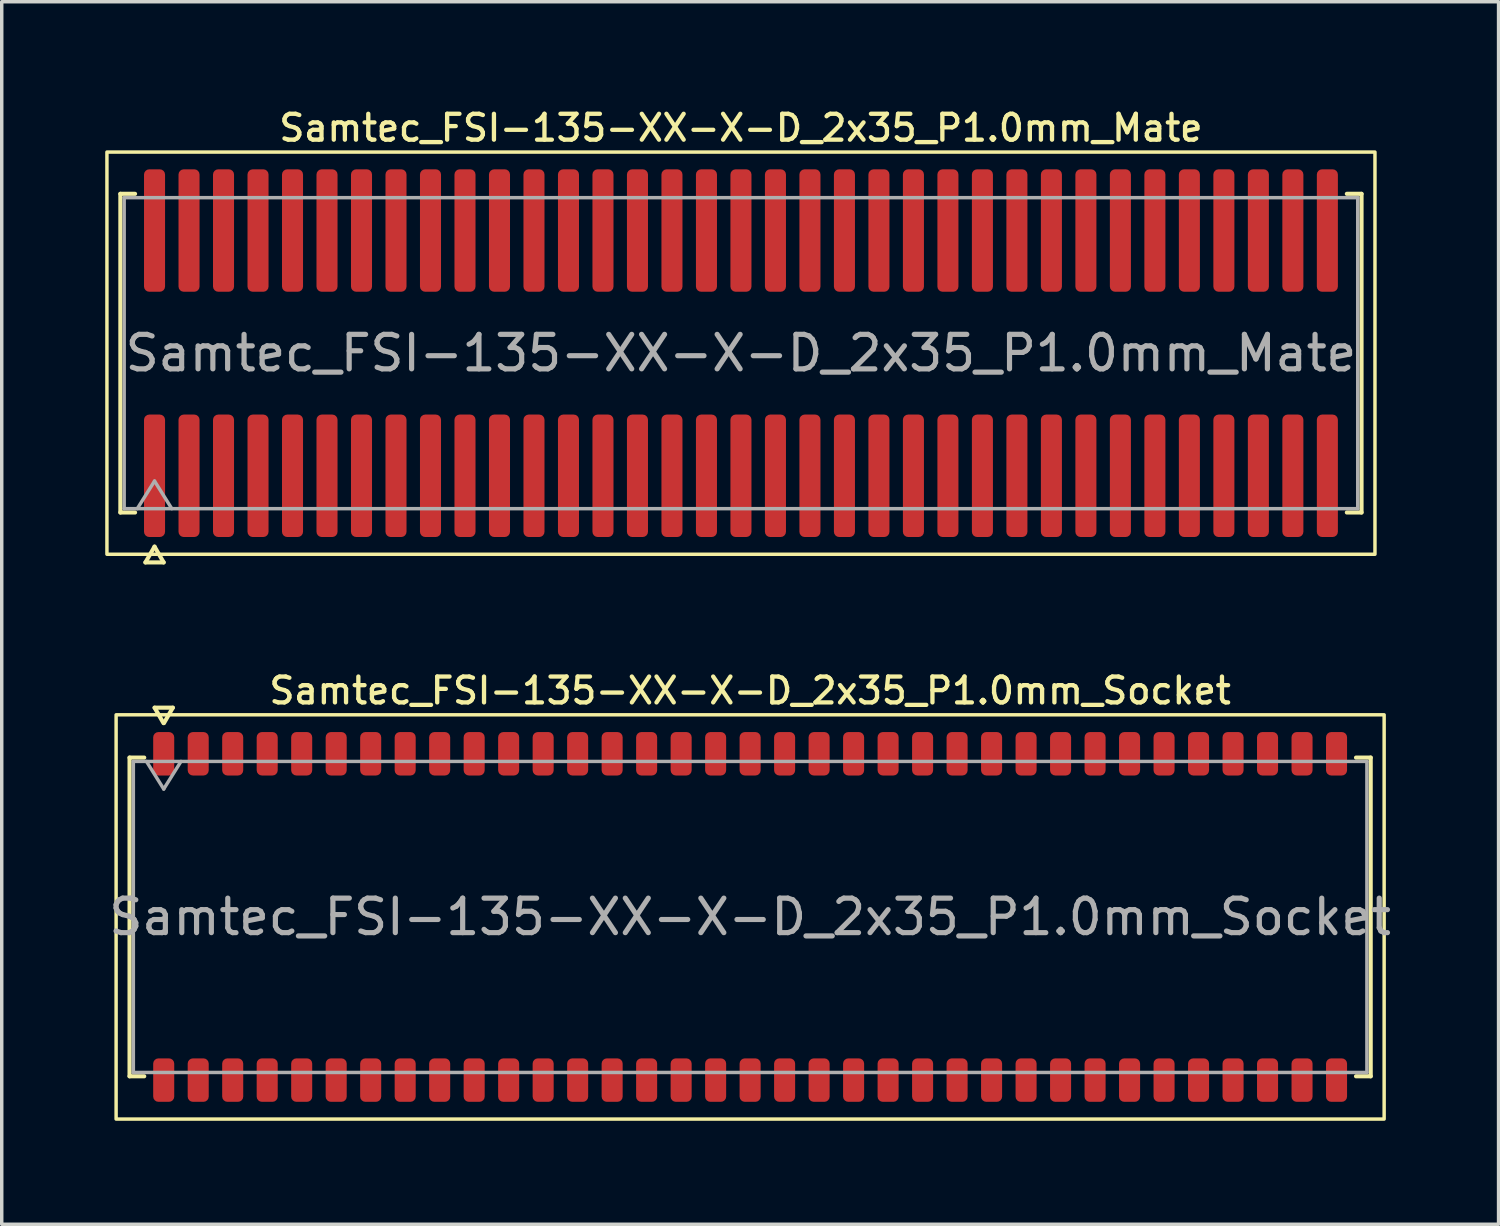
<source format=kicad_pcb>
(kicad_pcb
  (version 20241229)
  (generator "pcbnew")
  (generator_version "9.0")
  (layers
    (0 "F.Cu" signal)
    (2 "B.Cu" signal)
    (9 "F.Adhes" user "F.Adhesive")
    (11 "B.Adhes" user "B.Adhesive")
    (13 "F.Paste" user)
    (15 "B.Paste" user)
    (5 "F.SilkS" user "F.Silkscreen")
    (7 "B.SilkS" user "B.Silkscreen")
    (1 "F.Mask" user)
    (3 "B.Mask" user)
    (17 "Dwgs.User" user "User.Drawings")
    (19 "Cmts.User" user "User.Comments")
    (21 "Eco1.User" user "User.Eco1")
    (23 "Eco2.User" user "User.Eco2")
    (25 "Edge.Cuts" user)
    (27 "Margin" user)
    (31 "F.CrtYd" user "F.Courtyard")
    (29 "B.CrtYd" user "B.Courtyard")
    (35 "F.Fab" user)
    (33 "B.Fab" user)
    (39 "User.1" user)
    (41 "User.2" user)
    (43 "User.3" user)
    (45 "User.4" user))
  (footprint "Samtec_FSI-135-XX-X-D_2x35_P1.0mm_Mate"
    (layer "F.Cu")
    (at 18.43 7.188)
    (property "Reference" "Samtec_FSI-135-XX-X-D_2x35_P1.0mm_Mate" (at 0 -6.53 0) (layer "F.SilkS") (effects (font (size 0.75 0.75) (thickness 0.125))))
    (attr exclude_from_pos_files exclude_from_bom)
    (fp_line (start -17.99 -4.619) (end -17.565 -4.619) (stroke (width 0.12) (type solid)) (layer "F.SilkS"))
    (fp_line (start -17.99 4.619) (end -17.99 -4.619) (stroke (width 0.12) (type solid)) (layer "F.SilkS"))
    (fp_line (start -17.565 4.619) (end -17.99 4.619) (stroke (width 0.12) (type solid)) (layer "F.SilkS"))
    (fp_line (start -17.264 6.066) (end -17 5.609) (stroke (width 0.12) (type solid)) (layer "F.SilkS"))
    (fp_line (start -17 5.609) (end -16.736 6.066) (stroke (width 0.12) (type solid)) (layer "F.SilkS"))
    (fp_line (start -16.736 6.066) (end -17.264 6.066) (stroke (width 0.12) (type solid)) (layer "F.SilkS"))
    (fp_line (start 17.565 -4.619) (end 17.99 -4.619) (stroke (width 0.12) (type solid)) (layer "F.SilkS"))
    (fp_line (start 17.99 -4.619) (end 17.99 4.619) (stroke (width 0.12) (type solid)) (layer "F.SilkS"))
    (fp_line (start 17.99 4.619) (end 17.565 4.619) (stroke (width 0.12) (type solid)) (layer "F.SilkS"))
    (fp_rect (start -18.38 -5.83) (end 18.38 5.83) (stroke (width 0.1) (type solid)) (fill no) (layer "F.SilkS"))
    (fp_line (start -17.88 -4.508) (end 17.88 -4.508) (stroke (width 0.1) (type solid)) (layer "F.Fab"))
    (fp_line (start -17.88 4.508) (end -17.88 -4.508) (stroke (width 0.1) (type solid)) (layer "F.Fab"))
    (fp_line (start -17.5 4.508) (end -17 3.708) (stroke (width 0.1) (type solid)) (layer "F.Fab"))
    (fp_line (start -17 3.708) (end -16.5 4.508) (stroke (width 0.1) (type solid)) (layer "F.Fab"))
    (fp_line (start 17.88 -4.508) (end 17.88 4.508) (stroke (width 0.1) (type solid)) (layer "F.Fab"))
    (fp_line (start 17.88 4.508) (end -17.88 4.508) (stroke (width 0.1) (type solid)) (layer "F.Fab"))
    (fp_text user "${REFERENCE}" (at 0 0 0) (layer "F.Fab") (effects (font (size 1 1) (thickness 0.15))))
    (pad "1" smd roundrect (at -17 3.555) (size 0.61 3.55) (layers "F.Cu" "F.Mask") (roundrect_rratio 0.25))
    (pad "2" smd roundrect (at -17 -3.555) (size 0.61 3.55) (layers "F.Cu" "F.Mask") (roundrect_rratio 0.25))
    (pad "3" smd roundrect (at -16 3.555) (size 0.61 3.55) (layers "F.Cu" "F.Mask") (roundrect_rratio 0.25))
    (pad "4" smd roundrect (at -16 -3.555) (size 0.61 3.55) (layers "F.Cu" "F.Mask") (roundrect_rratio 0.25))
    (pad "5" smd roundrect (at -15 3.555) (size 0.61 3.55) (layers "F.Cu" "F.Mask") (roundrect_rratio 0.25))
    (pad "6" smd roundrect (at -15 -3.555) (size 0.61 3.55) (layers "F.Cu" "F.Mask") (roundrect_rratio 0.25))
    (pad "7" smd roundrect (at -14 3.555) (size 0.61 3.55) (layers "F.Cu" "F.Mask") (roundrect_rratio 0.25))
    (pad "8" smd roundrect (at -14 -3.555) (size 0.61 3.55) (layers "F.Cu" "F.Mask") (roundrect_rratio 0.25))
    (pad "9" smd roundrect (at -13 3.555) (size 0.61 3.55) (layers "F.Cu" "F.Mask") (roundrect_rratio 0.25))
    (pad "10" smd roundrect (at -13 -3.555) (size 0.61 3.55) (layers "F.Cu" "F.Mask") (roundrect_rratio 0.25))
    (pad "11" smd roundrect (at -12 3.555) (size 0.61 3.55) (layers "F.Cu" "F.Mask") (roundrect_rratio 0.25))
    (pad "12" smd roundrect (at -12 -3.555) (size 0.61 3.55) (layers "F.Cu" "F.Mask") (roundrect_rratio 0.25))
    (pad "13" smd roundrect (at -11 3.555) (size 0.61 3.55) (layers "F.Cu" "F.Mask") (roundrect_rratio 0.25))
    (pad "14" smd roundrect (at -11 -3.555) (size 0.61 3.55) (layers "F.Cu" "F.Mask") (roundrect_rratio 0.25))
    (pad "15" smd roundrect (at -10 3.555) (size 0.61 3.55) (layers "F.Cu" "F.Mask") (roundrect_rratio 0.25))
    (pad "16" smd roundrect (at -10 -3.555) (size 0.61 3.55) (layers "F.Cu" "F.Mask") (roundrect_rratio 0.25))
    (pad "17" smd roundrect (at -9 3.555) (size 0.61 3.55) (layers "F.Cu" "F.Mask") (roundrect_rratio 0.25))
    (pad "18" smd roundrect (at -9 -3.555) (size 0.61 3.55) (layers "F.Cu" "F.Mask") (roundrect_rratio 0.25))
    (pad "19" smd roundrect (at -8 3.555) (size 0.61 3.55) (layers "F.Cu" "F.Mask") (roundrect_rratio 0.25))
    (pad "20" smd roundrect (at -8 -3.555) (size 0.61 3.55) (layers "F.Cu" "F.Mask") (roundrect_rratio 0.25))
    (pad "21" smd roundrect (at -7 3.555) (size 0.61 3.55) (layers "F.Cu" "F.Mask") (roundrect_rratio 0.25))
    (pad "22" smd roundrect (at -7 -3.555) (size 0.61 3.55) (layers "F.Cu" "F.Mask") (roundrect_rratio 0.25))
    (pad "23" smd roundrect (at -6 3.555) (size 0.61 3.55) (layers "F.Cu" "F.Mask") (roundrect_rratio 0.25))
    (pad "24" smd roundrect (at -6 -3.555) (size 0.61 3.55) (layers "F.Cu" "F.Mask") (roundrect_rratio 0.25))
    (pad "25" smd roundrect (at -5 3.555) (size 0.61 3.55) (layers "F.Cu" "F.Mask") (roundrect_rratio 0.25))
    (pad "26" smd roundrect (at -5 -3.555) (size 0.61 3.55) (layers "F.Cu" "F.Mask") (roundrect_rratio 0.25))
    (pad "27" smd roundrect (at -4 3.555) (size 0.61 3.55) (layers "F.Cu" "F.Mask") (roundrect_rratio 0.25))
    (pad "28" smd roundrect (at -4 -3.555) (size 0.61 3.55) (layers "F.Cu" "F.Mask") (roundrect_rratio 0.25))
    (pad "29" smd roundrect (at -3 3.555) (size 0.61 3.55) (layers "F.Cu" "F.Mask") (roundrect_rratio 0.25))
    (pad "30" smd roundrect (at -3 -3.555) (size 0.61 3.55) (layers "F.Cu" "F.Mask") (roundrect_rratio 0.25))
    (pad "31" smd roundrect (at -2 3.555) (size 0.61 3.55) (layers "F.Cu" "F.Mask") (roundrect_rratio 0.25))
    (pad "32" smd roundrect (at -2 -3.555) (size 0.61 3.55) (layers "F.Cu" "F.Mask") (roundrect_rratio 0.25))
    (pad "33" smd roundrect (at -1 3.555) (size 0.61 3.55) (layers "F.Cu" "F.Mask") (roundrect_rratio 0.25))
    (pad "34" smd roundrect (at -1 -3.555) (size 0.61 3.55) (layers "F.Cu" "F.Mask") (roundrect_rratio 0.25))
    (pad "35" smd roundrect (at 0 3.555) (size 0.61 3.55) (layers "F.Cu" "F.Mask") (roundrect_rratio 0.25))
    (pad "36" smd roundrect (at 0 -3.555) (size 0.61 3.55) (layers "F.Cu" "F.Mask") (roundrect_rratio 0.25))
    (pad "37" smd roundrect (at 1 3.555) (size 0.61 3.55) (layers "F.Cu" "F.Mask") (roundrect_rratio 0.25))
    (pad "38" smd roundrect (at 1 -3.555) (size 0.61 3.55) (layers "F.Cu" "F.Mask") (roundrect_rratio 0.25))
    (pad "39" smd roundrect (at 2 3.555) (size 0.61 3.55) (layers "F.Cu" "F.Mask") (roundrect_rratio 0.25))
    (pad "40" smd roundrect (at 2 -3.555) (size 0.61 3.55) (layers "F.Cu" "F.Mask") (roundrect_rratio 0.25))
    (pad "41" smd roundrect (at 3 3.555) (size 0.61 3.55) (layers "F.Cu" "F.Mask") (roundrect_rratio 0.25))
    (pad "42" smd roundrect (at 3 -3.555) (size 0.61 3.55) (layers "F.Cu" "F.Mask") (roundrect_rratio 0.25))
    (pad "43" smd roundrect (at 4 3.555) (size 0.61 3.55) (layers "F.Cu" "F.Mask") (roundrect_rratio 0.25))
    (pad "44" smd roundrect (at 4 -3.555) (size 0.61 3.55) (layers "F.Cu" "F.Mask") (roundrect_rratio 0.25))
    (pad "45" smd roundrect (at 5 3.555) (size 0.61 3.55) (layers "F.Cu" "F.Mask") (roundrect_rratio 0.25))
    (pad "46" smd roundrect (at 5 -3.555) (size 0.61 3.55) (layers "F.Cu" "F.Mask") (roundrect_rratio 0.25))
    (pad "47" smd roundrect (at 6 3.555) (size 0.61 3.55) (layers "F.Cu" "F.Mask") (roundrect_rratio 0.25))
    (pad "48" smd roundrect (at 6 -3.555) (size 0.61 3.55) (layers "F.Cu" "F.Mask") (roundrect_rratio 0.25))
    (pad "49" smd roundrect (at 7 3.555) (size 0.61 3.55) (layers "F.Cu" "F.Mask") (roundrect_rratio 0.25))
    (pad "50" smd roundrect (at 7 -3.555) (size 0.61 3.55) (layers "F.Cu" "F.Mask") (roundrect_rratio 0.25))
    (pad "51" smd roundrect (at 8 3.555) (size 0.61 3.55) (layers "F.Cu" "F.Mask") (roundrect_rratio 0.25))
    (pad "52" smd roundrect (at 8 -3.555) (size 0.61 3.55) (layers "F.Cu" "F.Mask") (roundrect_rratio 0.25))
    (pad "53" smd roundrect (at 9 3.555) (size 0.61 3.55) (layers "F.Cu" "F.Mask") (roundrect_rratio 0.25))
    (pad "54" smd roundrect (at 9 -3.555) (size 0.61 3.55) (layers "F.Cu" "F.Mask") (roundrect_rratio 0.25))
    (pad "55" smd roundrect (at 10 3.555) (size 0.61 3.55) (layers "F.Cu" "F.Mask") (roundrect_rratio 0.25))
    (pad "56" smd roundrect (at 10 -3.555) (size 0.61 3.55) (layers "F.Cu" "F.Mask") (roundrect_rratio 0.25))
    (pad "57" smd roundrect (at 11 3.555) (size 0.61 3.55) (layers "F.Cu" "F.Mask") (roundrect_rratio 0.25))
    (pad "58" smd roundrect (at 11 -3.555) (size 0.61 3.55) (layers "F.Cu" "F.Mask") (roundrect_rratio 0.25))
    (pad "59" smd roundrect (at 12 3.555) (size 0.61 3.55) (layers "F.Cu" "F.Mask") (roundrect_rratio 0.25))
    (pad "60" smd roundrect (at 12 -3.555) (size 0.61 3.55) (layers "F.Cu" "F.Mask") (roundrect_rratio 0.25))
    (pad "61" smd roundrect (at 13 3.555) (size 0.61 3.55) (layers "F.Cu" "F.Mask") (roundrect_rratio 0.25))
    (pad "62" smd roundrect (at 13 -3.555) (size 0.61 3.55) (layers "F.Cu" "F.Mask") (roundrect_rratio 0.25))
    (pad "63" smd roundrect (at 14 3.555) (size 0.61 3.55) (layers "F.Cu" "F.Mask") (roundrect_rratio 0.25))
    (pad "64" smd roundrect (at 14 -3.555) (size 0.61 3.55) (layers "F.Cu" "F.Mask") (roundrect_rratio 0.25))
    (pad "65" smd roundrect (at 15 3.555) (size 0.61 3.55) (layers "F.Cu" "F.Mask") (roundrect_rratio 0.25))
    (pad "66" smd roundrect (at 15 -3.555) (size 0.61 3.55) (layers "F.Cu" "F.Mask") (roundrect_rratio 0.25))
    (pad "67" smd roundrect (at 16 3.555) (size 0.61 3.55) (layers "F.Cu" "F.Mask") (roundrect_rratio 0.25))
    (pad "68" smd roundrect (at 16 -3.555) (size 0.61 3.55) (layers "F.Cu" "F.Mask") (roundrect_rratio 0.25))
    (pad "69" smd roundrect (at 17 3.555) (size 0.61 3.55) (layers "F.Cu" "F.Mask") (roundrect_rratio 0.25))
    (pad "70" smd roundrect (at 17 -3.555) (size 0.61 3.55) (layers "F.Cu" "F.Mask") (roundrect_rratio 0.25)))
  (footprint "Samtec_FSI-135-XX-X-D_2x35_P1.0mm_Socket"
    (layer "F.Cu")
    (at 18.696 23.532)
    (property "Reference" "Samtec_FSI-135-XX-X-D_2x35_P1.0mm_Socket" (at 0 -6.56 0) (layer "F.SilkS") (effects (font (size 0.75 0.75) (thickness 0.125))))
    (attr smd)
    (fp_line (start -17.99 -4.619) (end -17.565 -4.619) (stroke (width 0.12) (type solid)) (layer "F.SilkS"))
    (fp_line (start -17.99 4.619) (end -17.99 -4.619) (stroke (width 0.12) (type solid)) (layer "F.SilkS"))
    (fp_line (start -17.565 4.619) (end -17.99 4.619) (stroke (width 0.12) (type solid)) (layer "F.SilkS"))
    (fp_line (start -17.264 -6.066) (end -17.007 -5.62) (stroke (width 0.12) (type solid)) (layer "F.SilkS"))
    (fp_line (start -16.993 -5.62) (end -16.736 -6.066) (stroke (width 0.12) (type solid)) (layer "F.SilkS"))
    (fp_line (start -16.736 -6.066) (end -17.264 -6.066) (stroke (width 0.12) (type solid)) (layer "F.SilkS"))
    (fp_line (start 17.565 -4.619) (end 17.99 -4.619) (stroke (width 0.12) (type solid)) (layer "F.SilkS"))
    (fp_line (start 17.99 -4.619) (end 17.99 4.619) (stroke (width 0.12) (type solid)) (layer "F.SilkS"))
    (fp_line (start 17.99 4.619) (end 17.565 4.619) (stroke (width 0.12) (type solid)) (layer "F.SilkS"))
    (fp_rect (start -18.38 -5.86) (end 18.38 5.86) (stroke (width 0.1) (type solid)) (fill no) (layer "F.SilkS"))
    (fp_line (start -17.88 -4.508) (end 17.88 -4.508) (stroke (width 0.1) (type solid)) (layer "F.Fab"))
    (fp_line (start -17.88 4.508) (end -17.88 -4.508) (stroke (width 0.1) (type solid)) (layer "F.Fab"))
    (fp_line (start -17.5 -4.508) (end -17 -3.708) (stroke (width 0.1) (type solid)) (layer "F.Fab"))
    (fp_line (start -17 -3.708) (end -16.5 -4.508) (stroke (width 0.1) (type solid)) (layer "F.Fab"))
    (fp_line (start 17.88 -4.508) (end 17.88 4.508) (stroke (width 0.1) (type solid)) (layer "F.Fab"))
    (fp_line (start 17.88 4.508) (end -17.88 4.508) (stroke (width 0.1) (type solid)) (layer "F.Fab"))
    (fp_text user "${REFERENCE}" (at 0 0 0) (layer "F.Fab") (effects (font (size 1 1) (thickness 0.15))))
    (pad "1" smd roundrect (at -17 -4.73) (size 0.61 1.26) (layers "F.Cu" "F.Mask" "F.Paste") (roundrect_rratio 0.25))
    (pad "2" smd roundrect (at -17 4.73) (size 0.61 1.26) (layers "F.Cu" "F.Mask" "F.Paste") (roundrect_rratio 0.25))
    (pad "3" smd roundrect (at -16 -4.73) (size 0.61 1.26) (layers "F.Cu" "F.Mask" "F.Paste") (roundrect_rratio 0.25))
    (pad "4" smd roundrect (at -16 4.73) (size 0.61 1.26) (layers "F.Cu" "F.Mask" "F.Paste") (roundrect_rratio 0.25))
    (pad "5" smd roundrect (at -15 -4.73) (size 0.61 1.26) (layers "F.Cu" "F.Mask" "F.Paste") (roundrect_rratio 0.25))
    (pad "6" smd roundrect (at -15 4.73) (size 0.61 1.26) (layers "F.Cu" "F.Mask" "F.Paste") (roundrect_rratio 0.25))
    (pad "7" smd roundrect (at -14 -4.73) (size 0.61 1.26) (layers "F.Cu" "F.Mask" "F.Paste") (roundrect_rratio 0.25))
    (pad "8" smd roundrect (at -14 4.73) (size 0.61 1.26) (layers "F.Cu" "F.Mask" "F.Paste") (roundrect_rratio 0.25))
    (pad "9" smd roundrect (at -13 -4.73) (size 0.61 1.26) (layers "F.Cu" "F.Mask" "F.Paste") (roundrect_rratio 0.25))
    (pad "10" smd roundrect (at -13 4.73) (size 0.61 1.26) (layers "F.Cu" "F.Mask" "F.Paste") (roundrect_rratio 0.25))
    (pad "11" smd roundrect (at -12 -4.73) (size 0.61 1.26) (layers "F.Cu" "F.Mask" "F.Paste") (roundrect_rratio 0.25))
    (pad "12" smd roundrect (at -12 4.73) (size 0.61 1.26) (layers "F.Cu" "F.Mask" "F.Paste") (roundrect_rratio 0.25))
    (pad "13" smd roundrect (at -11 -4.73) (size 0.61 1.26) (layers "F.Cu" "F.Mask" "F.Paste") (roundrect_rratio 0.25))
    (pad "14" smd roundrect (at -11 4.73) (size 0.61 1.26) (layers "F.Cu" "F.Mask" "F.Paste") (roundrect_rratio 0.25))
    (pad "15" smd roundrect (at -10 -4.73) (size 0.61 1.26) (layers "F.Cu" "F.Mask" "F.Paste") (roundrect_rratio 0.25))
    (pad "16" smd roundrect (at -10 4.73) (size 0.61 1.26) (layers "F.Cu" "F.Mask" "F.Paste") (roundrect_rratio 0.25))
    (pad "17" smd roundrect (at -9 -4.73) (size 0.61 1.26) (layers "F.Cu" "F.Mask" "F.Paste") (roundrect_rratio 0.25))
    (pad "18" smd roundrect (at -9 4.73) (size 0.61 1.26) (layers "F.Cu" "F.Mask" "F.Paste") (roundrect_rratio 0.25))
    (pad "19" smd roundrect (at -8 -4.73) (size 0.61 1.26) (layers "F.Cu" "F.Mask" "F.Paste") (roundrect_rratio 0.25))
    (pad "20" smd roundrect (at -8 4.73) (size 0.61 1.26) (layers "F.Cu" "F.Mask" "F.Paste") (roundrect_rratio 0.25))
    (pad "21" smd roundrect (at -7 -4.73) (size 0.61 1.26) (layers "F.Cu" "F.Mask" "F.Paste") (roundrect_rratio 0.25))
    (pad "22" smd roundrect (at -7 4.73) (size 0.61 1.26) (layers "F.Cu" "F.Mask" "F.Paste") (roundrect_rratio 0.25))
    (pad "23" smd roundrect (at -6 -4.73) (size 0.61 1.26) (layers "F.Cu" "F.Mask" "F.Paste") (roundrect_rratio 0.25))
    (pad "24" smd roundrect (at -6 4.73) (size 0.61 1.26) (layers "F.Cu" "F.Mask" "F.Paste") (roundrect_rratio 0.25))
    (pad "25" smd roundrect (at -5 -4.73) (size 0.61 1.26) (layers "F.Cu" "F.Mask" "F.Paste") (roundrect_rratio 0.25))
    (pad "26" smd roundrect (at -5 4.73) (size 0.61 1.26) (layers "F.Cu" "F.Mask" "F.Paste") (roundrect_rratio 0.25))
    (pad "27" smd roundrect (at -4 -4.73) (size 0.61 1.26) (layers "F.Cu" "F.Mask" "F.Paste") (roundrect_rratio 0.25))
    (pad "28" smd roundrect (at -4 4.73) (size 0.61 1.26) (layers "F.Cu" "F.Mask" "F.Paste") (roundrect_rratio 0.25))
    (pad "29" smd roundrect (at -3 -4.73) (size 0.61 1.26) (layers "F.Cu" "F.Mask" "F.Paste") (roundrect_rratio 0.25))
    (pad "30" smd roundrect (at -3 4.73) (size 0.61 1.26) (layers "F.Cu" "F.Mask" "F.Paste") (roundrect_rratio 0.25))
    (pad "31" smd roundrect (at -2 -4.73) (size 0.61 1.26) (layers "F.Cu" "F.Mask" "F.Paste") (roundrect_rratio 0.25))
    (pad "32" smd roundrect (at -2 4.73) (size 0.61 1.26) (layers "F.Cu" "F.Mask" "F.Paste") (roundrect_rratio 0.25))
    (pad "33" smd roundrect (at -1 -4.73) (size 0.61 1.26) (layers "F.Cu" "F.Mask" "F.Paste") (roundrect_rratio 0.25))
    (pad "34" smd roundrect (at -1 4.73) (size 0.61 1.26) (layers "F.Cu" "F.Mask" "F.Paste") (roundrect_rratio 0.25))
    (pad "35" smd roundrect (at 0 -4.73) (size 0.61 1.26) (layers "F.Cu" "F.Mask" "F.Paste") (roundrect_rratio 0.25))
    (pad "36" smd roundrect (at 0 4.73) (size 0.61 1.26) (layers "F.Cu" "F.Mask" "F.Paste") (roundrect_rratio 0.25))
    (pad "37" smd roundrect (at 1 -4.73) (size 0.61 1.26) (layers "F.Cu" "F.Mask" "F.Paste") (roundrect_rratio 0.25))
    (pad "38" smd roundrect (at 1 4.73) (size 0.61 1.26) (layers "F.Cu" "F.Mask" "F.Paste") (roundrect_rratio 0.25))
    (pad "39" smd roundrect (at 2 -4.73) (size 0.61 1.26) (layers "F.Cu" "F.Mask" "F.Paste") (roundrect_rratio 0.25))
    (pad "40" smd roundrect (at 2 4.73) (size 0.61 1.26) (layers "F.Cu" "F.Mask" "F.Paste") (roundrect_rratio 0.25))
    (pad "41" smd roundrect (at 3 -4.73) (size 0.61 1.26) (layers "F.Cu" "F.Mask" "F.Paste") (roundrect_rratio 0.25))
    (pad "42" smd roundrect (at 3 4.73) (size 0.61 1.26) (layers "F.Cu" "F.Mask" "F.Paste") (roundrect_rratio 0.25))
    (pad "43" smd roundrect (at 4 -4.73) (size 0.61 1.26) (layers "F.Cu" "F.Mask" "F.Paste") (roundrect_rratio 0.25))
    (pad "44" smd roundrect (at 4 4.73) (size 0.61 1.26) (layers "F.Cu" "F.Mask" "F.Paste") (roundrect_rratio 0.25))
    (pad "45" smd roundrect (at 5 -4.73) (size 0.61 1.26) (layers "F.Cu" "F.Mask" "F.Paste") (roundrect_rratio 0.25))
    (pad "46" smd roundrect (at 5 4.73) (size 0.61 1.26) (layers "F.Cu" "F.Mask" "F.Paste") (roundrect_rratio 0.25))
    (pad "47" smd roundrect (at 6 -4.73) (size 0.61 1.26) (layers "F.Cu" "F.Mask" "F.Paste") (roundrect_rratio 0.25))
    (pad "48" smd roundrect (at 6 4.73) (size 0.61 1.26) (layers "F.Cu" "F.Mask" "F.Paste") (roundrect_rratio 0.25))
    (pad "49" smd roundrect (at 7 -4.73) (size 0.61 1.26) (layers "F.Cu" "F.Mask" "F.Paste") (roundrect_rratio 0.25))
    (pad "50" smd roundrect (at 7 4.73) (size 0.61 1.26) (layers "F.Cu" "F.Mask" "F.Paste") (roundrect_rratio 0.25))
    (pad "51" smd roundrect (at 8 -4.73) (size 0.61 1.26) (layers "F.Cu" "F.Mask" "F.Paste") (roundrect_rratio 0.25))
    (pad "52" smd roundrect (at 8 4.73) (size 0.61 1.26) (layers "F.Cu" "F.Mask" "F.Paste") (roundrect_rratio 0.25))
    (pad "53" smd roundrect (at 9 -4.73) (size 0.61 1.26) (layers "F.Cu" "F.Mask" "F.Paste") (roundrect_rratio 0.25))
    (pad "54" smd roundrect (at 9 4.73) (size 0.61 1.26) (layers "F.Cu" "F.Mask" "F.Paste") (roundrect_rratio 0.25))
    (pad "55" smd roundrect (at 10 -4.73) (size 0.61 1.26) (layers "F.Cu" "F.Mask" "F.Paste") (roundrect_rratio 0.25))
    (pad "56" smd roundrect (at 10 4.73) (size 0.61 1.26) (layers "F.Cu" "F.Mask" "F.Paste") (roundrect_rratio 0.25))
    (pad "57" smd roundrect (at 11 -4.73) (size 0.61 1.26) (layers "F.Cu" "F.Mask" "F.Paste") (roundrect_rratio 0.25))
    (pad "58" smd roundrect (at 11 4.73) (size 0.61 1.26) (layers "F.Cu" "F.Mask" "F.Paste") (roundrect_rratio 0.25))
    (pad "59" smd roundrect (at 12 -4.73) (size 0.61 1.26) (layers "F.Cu" "F.Mask" "F.Paste") (roundrect_rratio 0.25))
    (pad "60" smd roundrect (at 12 4.73) (size 0.61 1.26) (layers "F.Cu" "F.Mask" "F.Paste") (roundrect_rratio 0.25))
    (pad "61" smd roundrect (at 13 -4.73) (size 0.61 1.26) (layers "F.Cu" "F.Mask" "F.Paste") (roundrect_rratio 0.25))
    (pad "62" smd roundrect (at 13 4.73) (size 0.61 1.26) (layers "F.Cu" "F.Mask" "F.Paste") (roundrect_rratio 0.25))
    (pad "63" smd roundrect (at 14 -4.73) (size 0.61 1.26) (layers "F.Cu" "F.Mask" "F.Paste") (roundrect_rratio 0.25))
    (pad "64" smd roundrect (at 14 4.73) (size 0.61 1.26) (layers "F.Cu" "F.Mask" "F.Paste") (roundrect_rratio 0.25))
    (pad "65" smd roundrect (at 15 -4.73) (size 0.61 1.26) (layers "F.Cu" "F.Mask" "F.Paste") (roundrect_rratio 0.25))
    (pad "66" smd roundrect (at 15 4.73) (size 0.61 1.26) (layers "F.Cu" "F.Mask" "F.Paste") (roundrect_rratio 0.25))
    (pad "67" smd roundrect (at 16 -4.73) (size 0.61 1.26) (layers "F.Cu" "F.Mask" "F.Paste") (roundrect_rratio 0.25))
    (pad "68" smd roundrect (at 16 4.73) (size 0.61 1.26) (layers "F.Cu" "F.Mask" "F.Paste") (roundrect_rratio 0.25))
    (pad "69" smd roundrect (at 17 -4.73) (size 0.61 1.26) (layers "F.Cu" "F.Mask" "F.Paste") (roundrect_rratio 0.25))
    (pad "70" smd roundrect (at 17 4.73) (size 0.61 1.26) (layers "F.Cu" "F.Mask" "F.Paste") (roundrect_rratio 0.25)))
  (gr_rect
    (start -3 -3)
    (end 40.393 32.442)
    (stroke (width 0.1) (type default))
    (fill no)
    (layer "Edge.Cuts")))
</source>
